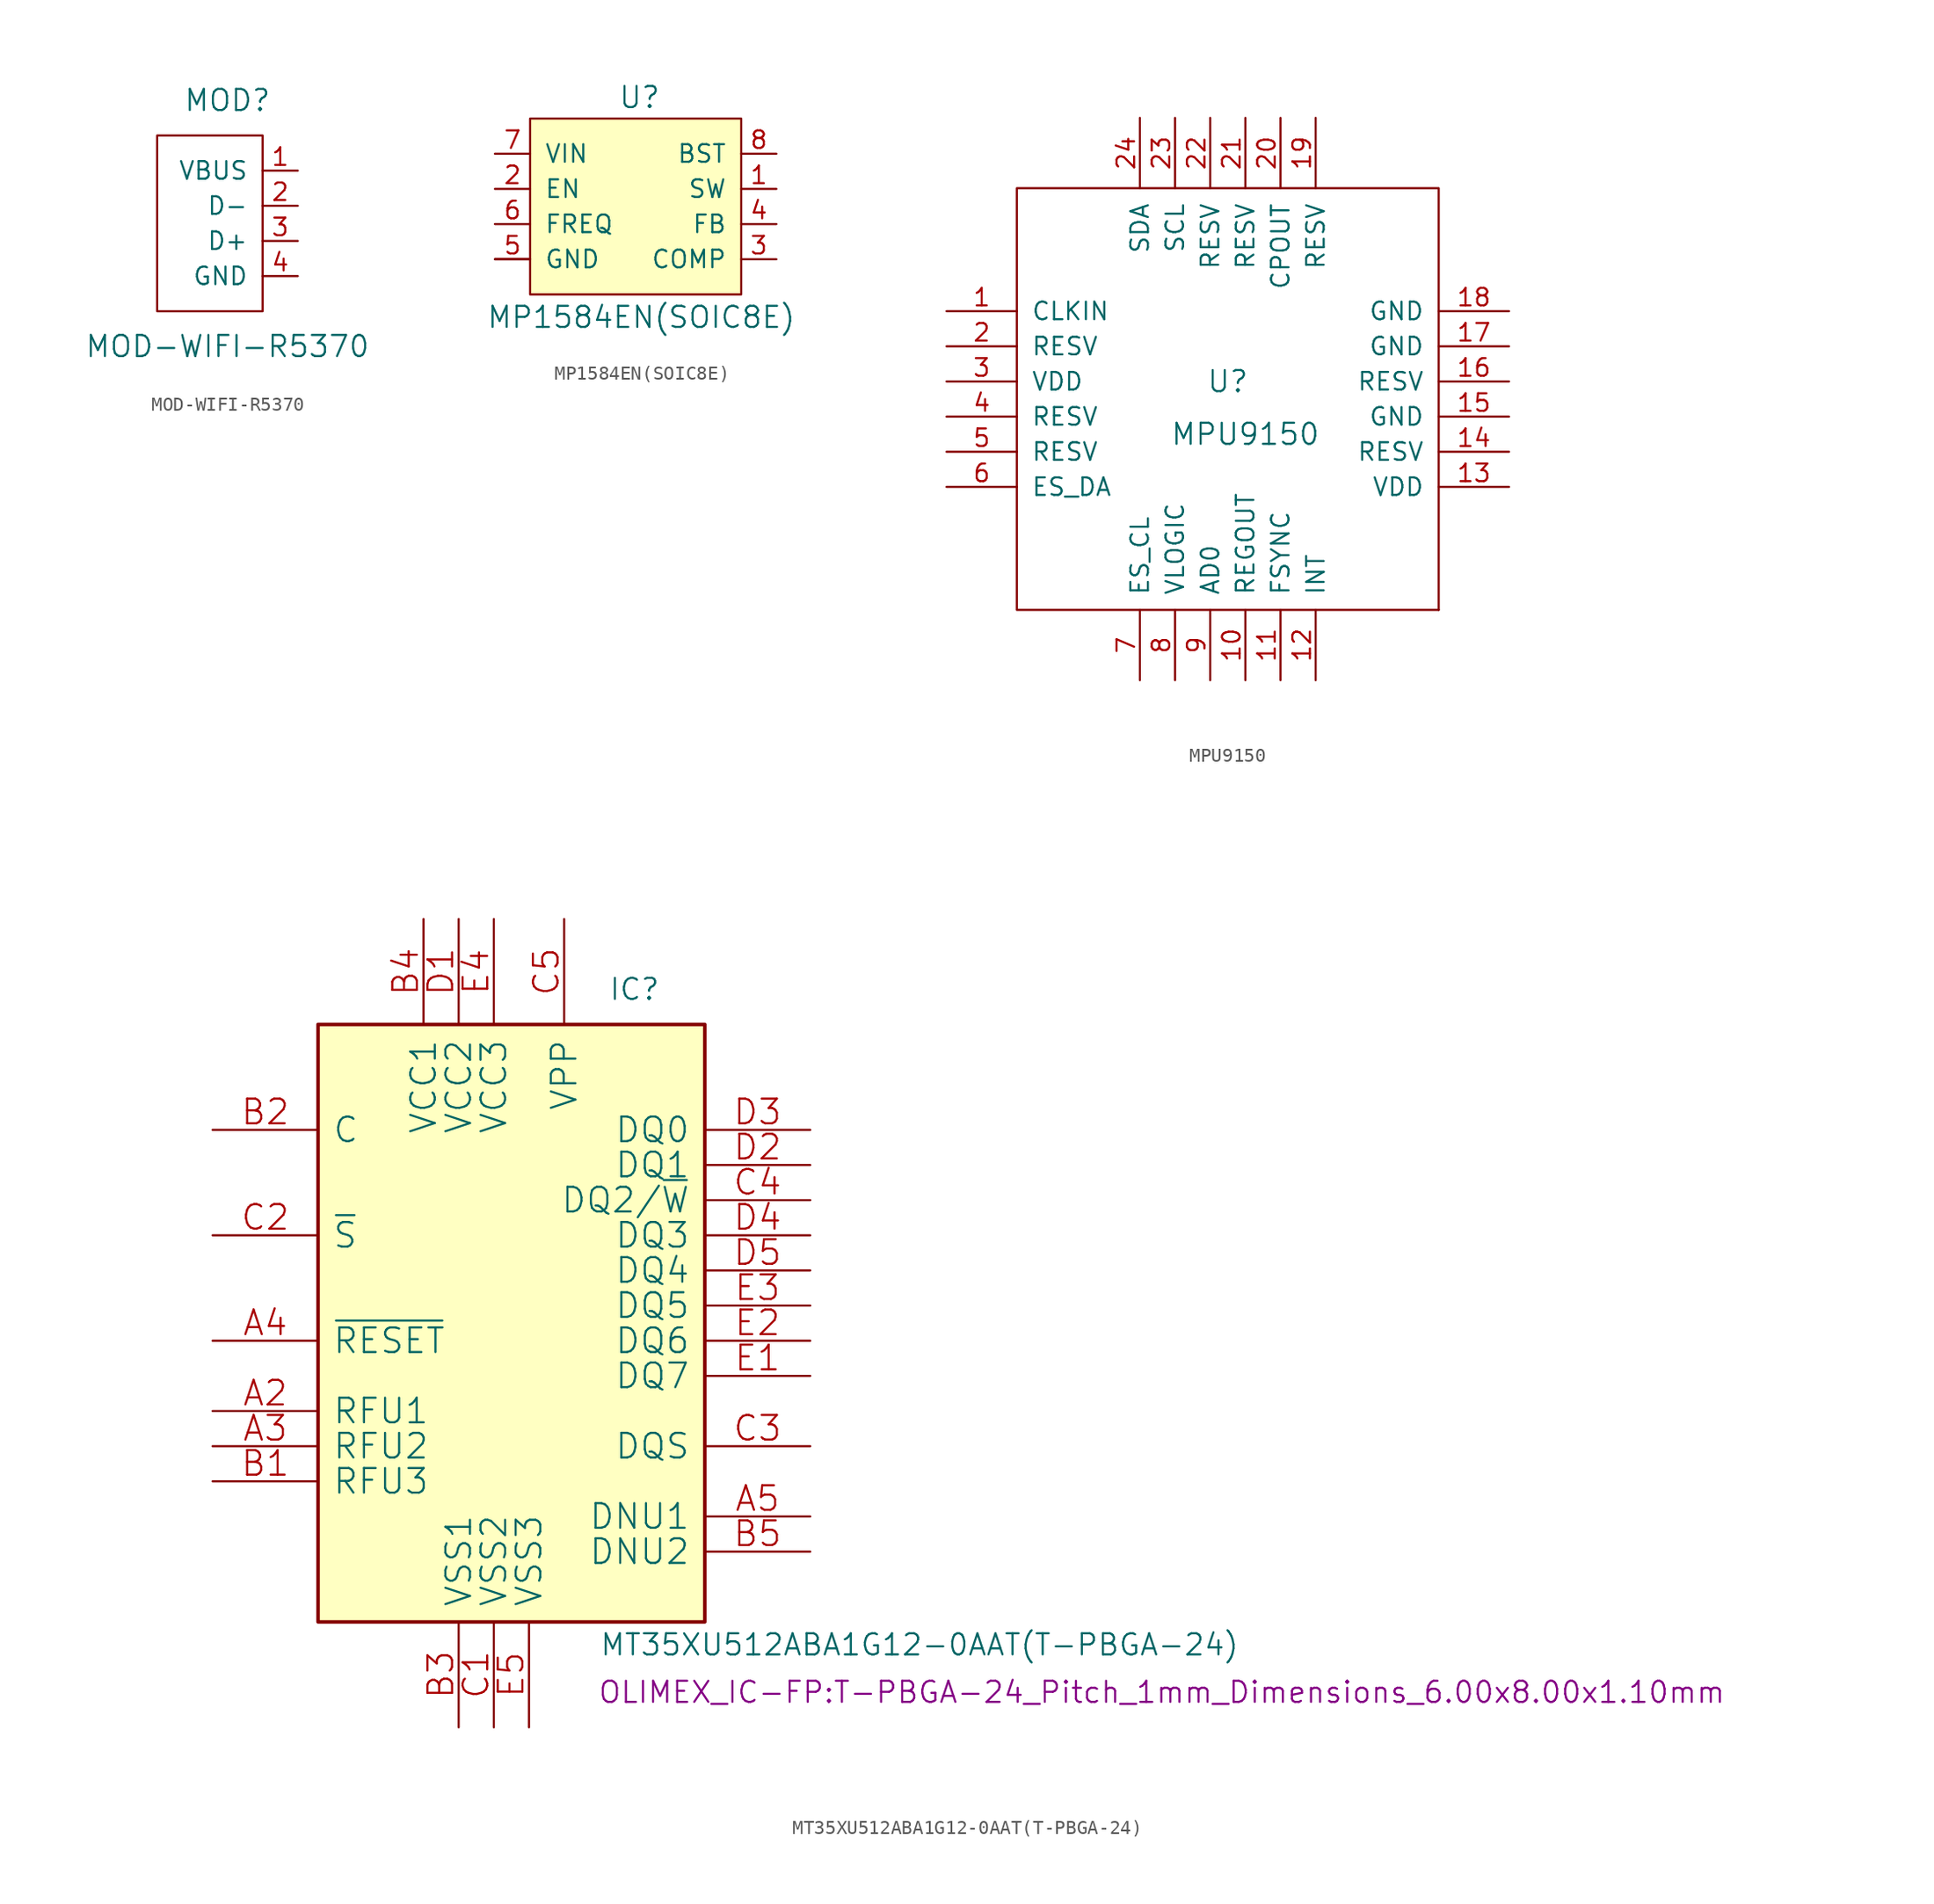
<source format=kicad_sym>
(kicad_symbol_lib
  (version 20220914)
  (generator kicad_symbol_editor)
  (symbol "MOD-WIFI-R5370"
    (pin_names
      (offset 1.016))
    (property "Reference" "MOD"
      (at 0 7.62 0)
      (effects (font (size 1.524 1.524))))
    (property "Value" "MOD-WIFI-R5370"
      (at 0 -10.16 0)
      (effects (font (size 1.524 1.524))))
    (symbol "MOD-WIFI-R5370_0_1"
      (rectangle (start 2.54 5.08) (end -5.08 -7.62) (stroke (width 0) (type solid)) (fill (type none))))
    (symbol "MOD-WIFI-R5370_1_1"
      (pin power_in line (at 5.08 2.54 180) (length 2.54) (name "VBUS" (effects (font (size 1.27 1.27)))) (number "1" (effects (font (size 1.27 1.27)))))
      (pin bidirectional line (at 5.08 0 180) (length 2.54) (name "D-" (effects (font (size 1.27 1.27)))) (number "2" (effects (font (size 1.27 1.27)))))
      (pin bidirectional line (at 5.08 -2.54 180) (length 2.54) (name "D+" (effects (font (size 1.27 1.27)))) (number "3" (effects (font (size 1.27 1.27)))))
      (pin power_in line (at 5.08 -5.08 180) (length 2.54) (name "GND" (effects (font (size 1.27 1.27)))) (number "4" (effects (font (size 1.27 1.27)))))))
  (symbol "MP1584EN(SOIC8E)"
    (pin_names
      (offset 1.016))
    (property "Reference" "U"
      (at -1.27 5.715 0)
      (effects (font (size 1.524 1.524)) (justify left bottom)))
    (property "Value" "MP1584EN(SOIC8E)"
      (at -10.795 -10.16 0)
      (effects (font (size 1.524 1.524)) (justify left bottom)))
    (symbol "MP1584EN(SOIC8E)_1_0"
      (pin output line (at 10.16 0 180) (length 2.54) (name "SW" (effects (font (size 1.27 1.27)))) (number "1" (effects (font (size 1.27 1.27)))))
      (pin input line (at -10.16 0 0) (length 2.54) (name "EN" (effects (font (size 1.27 1.27)))) (number "2" (effects (font (size 1.27 1.27)))))
      (pin output line (at 10.16 -5.08 180) (length 2.54) (name "COMP" (effects (font (size 1.27 1.27)))) (number "3" (effects (font (size 1.27 1.27)))))
      (pin input line (at 10.16 -2.54 180) (length 2.54) (name "FB" (effects (font (size 1.27 1.27)))) (number "4" (effects (font (size 1.27 1.27)))))
      (pin power_in line (at -10.16 -5.08 0) (length 2.54) (name "GND" (effects (font (size 1.27 1.27)))) (number "5" (effects (font (size 1.27 1.27)))))
      (pin input line (at -10.16 -2.54 0) (length 2.54) (name "FREQ" (effects (font (size 1.27 1.27)))) (number "6" (effects (font (size 1.27 1.27)))))
      (pin power_in line (at -10.16 2.54 0) (length 2.54) (name "VIN" (effects (font (size 1.27 1.27)))) (number "7" (effects (font (size 1.27 1.27)))))
      (pin passive line (at 10.16 2.54 180) (length 2.54) (name "BST" (effects (font (size 1.27 1.27)))) (number "8" (effects (font (size 1.27 1.27)))))
      (pin input line (at -10.16 -5.08 0) (length 2.54) (name "EP" (effects (font (size 0 0)))) (number "EP" (effects (font (size 0 0)))))
      (pin input line (at -10.16 -5.08 0) (length 2.54) (name "EP@1" (effects (font (size 0 0)))) (number "EP1" (effects (font (size 0 0))))))
    (symbol "MP1584EN(SOIC8E)_1_1"
      (rectangle (start -7.62 5.08) (end 7.62 -7.62) (stroke (width 0) (type solid)) (fill (type background)))))
  (symbol "MPU9150"
    (pin_names
      (offset 1.016))
    (property "Reference" "U"
      (at 0 1.27 0)
      (effects (font (size 1.524 1.524))))
    (property "Value" "MPU9150"
      (at 1.27 -2.54 0)
      (effects (font (size 1.524 1.524))))
    (property "Footprint" ""
      (at 0 0 0)
      (effects (font (size 1.524 1.524))))
    (property "Datasheet" ""
      (at 0 0 0)
      (effects (font (size 1.524 1.524))))
    (symbol "MPU9150_0_1"
      (rectangle (start -15.24 15.24) (end 15.24 -15.24) (stroke (width 0) (type solid)) (fill (type none)))
      (rectangle (start 15.24 -15.24) (end 15.24 -15.24) (stroke (width 0) (type solid)) (fill (type none))))
    (symbol "MPU9150_1_1"
      (pin input line (at -20.32 6.35 0) (length 5.08) (name "CLKIN" (effects (font (size 1.27 1.27)))) (number "1" (effects (font (size 1.27 1.27)))))
      (pin bidirectional line (at 1.27 -20.32 90) (length 5.08) (name "REGOUT" (effects (font (size 1.27 1.27)))) (number "10" (effects (font (size 1.27 1.27)))))
      (pin input line (at 3.81 -20.32 90) (length 5.08) (name "FSYNC" (effects (font (size 1.27 1.27)))) (number "11" (effects (font (size 1.27 1.27)))))
      (pin input line (at 6.35 -20.32 90) (length 5.08) (name "INT" (effects (font (size 1.27 1.27)))) (number "12" (effects (font (size 1.27 1.27)))))
      (pin power_in line (at 20.32 -6.35 180) (length 5.08) (name "VDD" (effects (font (size 1.27 1.27)))) (number "13" (effects (font (size 1.27 1.27)))))
      (pin passive line (at 20.32 -3.81 180) (length 5.08) (name "RESV" (effects (font (size 1.27 1.27)))) (number "14" (effects (font (size 1.27 1.27)))))
      (pin power_in line (at 20.32 -1.27 180) (length 5.08) (name "GND" (effects (font (size 1.27 1.27)))) (number "15" (effects (font (size 1.27 1.27)))))
      (pin passive line (at 20.32 1.27 180) (length 5.08) (name "RESV" (effects (font (size 1.27 1.27)))) (number "16" (effects (font (size 1.27 1.27)))))
      (pin power_in line (at 20.32 3.81 180) (length 5.08) (name "GND" (effects (font (size 1.27 1.27)))) (number "17" (effects (font (size 1.27 1.27)))))
      (pin power_in line (at 20.32 6.35 180) (length 5.08) (name "GND" (effects (font (size 1.27 1.27)))) (number "18" (effects (font (size 1.27 1.27)))))
      (pin passive line (at 6.35 20.32 270) (length 5.08) (name "RESV" (effects (font (size 1.27 1.27)))) (number "19" (effects (font (size 1.27 1.27)))))
      (pin passive line (at -20.32 3.81 0) (length 5.08) (name "RESV" (effects (font (size 1.27 1.27)))) (number "2" (effects (font (size 1.27 1.27)))))
      (pin bidirectional line (at 3.81 20.32 270) (length 5.08) (name "CPOUT" (effects (font (size 1.27 1.27)))) (number "20" (effects (font (size 1.27 1.27)))))
      (pin passive line (at 1.27 20.32 270) (length 5.08) (name "RESV" (effects (font (size 1.27 1.27)))) (number "21" (effects (font (size 1.27 1.27)))))
      (pin passive line (at -1.27 20.32 270) (length 5.08) (name "RESV" (effects (font (size 1.27 1.27)))) (number "22" (effects (font (size 1.27 1.27)))))
      (pin input line (at -3.81 20.32 270) (length 5.08) (name "SCL" (effects (font (size 1.27 1.27)))) (number "23" (effects (font (size 1.27 1.27)))))
      (pin bidirectional line (at -6.35 20.32 270) (length 5.08) (name "SDA" (effects (font (size 1.27 1.27)))) (number "24" (effects (font (size 1.27 1.27)))))
      (pin power_in line (at -20.32 1.27 0) (length 5.08) (name "VDD" (effects (font (size 1.27 1.27)))) (number "3" (effects (font (size 1.27 1.27)))))
      (pin passive line (at -20.32 -1.27 0) (length 5.08) (name "RESV" (effects (font (size 1.27 1.27)))) (number "4" (effects (font (size 1.27 1.27)))))
      (pin passive line (at -20.32 -3.81 0) (length 5.08) (name "RESV" (effects (font (size 1.27 1.27)))) (number "5" (effects (font (size 1.27 1.27)))))
      (pin bidirectional line (at -20.32 -6.35 0) (length 5.08) (name "ES_DA" (effects (font (size 1.27 1.27)))) (number "6" (effects (font (size 1.27 1.27)))))
      (pin input line (at -6.35 -20.32 90) (length 5.08) (name "ES_CL" (effects (font (size 1.27 1.27)))) (number "7" (effects (font (size 1.27 1.27)))))
      (pin power_in line (at -3.81 -20.32 90) (length 5.08) (name "VLOGIC" (effects (font (size 1.27 1.27)))) (number "8" (effects (font (size 1.27 1.27)))))
      (pin input line (at -1.27 -20.32 90) (length 5.08) (name "AD0" (effects (font (size 1.27 1.27)))) (number "9" (effects (font (size 1.27 1.27)))))))
  (symbol "MT35XU512ABA1G12-0AAT(T-PBGA-24)"
    (pin_names
      (offset 1.016))
    (property "Reference" "IC"
      (at 22.86 2.54 0)
      (effects (font (size 1.524 1.524))))
    (property "Value" "MT35XU512ABA1G12-0AAT(T-PBGA-24)"
      (at 20.32 -45.72 0)
      (effects (font (size 1.524 1.524)) (justify left bottom)))
    (property "Footprint" "OLIMEX_IC-FP:T-PBGA-24_Pitch_1mm_Dimensions_6.00x8.00x1.10mm"
      (at 60.96 -48.26 0)
      (effects (font (size 1.524 1.524))))
    (property "Datasheet" ""
      (at 0 0 0)
      (effects (font (size 1.524 1.524))))
    (symbol "MT35XU512ABA1G12-0AAT(T-PBGA-24)_0_1"
      (rectangle (start 0 -43.18) (end 27.94 0) (stroke (width 0.254) (type solid)) (fill (type background)))
      (pin passive line (at -7.62 -27.94 0) (length 7.62) (name "RFU1" (effects (font (size 1.778 1.778)))) (number "A2" (effects (font (size 1.778 1.778)))))
      (pin passive line (at -7.62 -30.48 0) (length 7.62) (name "RFU2" (effects (font (size 1.778 1.778)))) (number "A3" (effects (font (size 1.778 1.778)))))
      (pin input line (at -7.62 -22.86 0) (length 7.62) (name "~{RESET}" (effects (font (size 1.778 1.778)))) (number "A4" (effects (font (size 1.778 1.778)))))
      (pin passive line (at 35.56 -35.56 180) (length 7.62) (name "DNU1" (effects (font (size 1.778 1.778)))) (number "A5" (effects (font (size 1.778 1.778)))))
      (pin passive line (at -7.62 -33.02 0) (length 7.62) (name "RFU3" (effects (font (size 1.778 1.778)))) (number "B1" (effects (font (size 1.778 1.778)))))
      (pin input line (at -7.62 -7.62 0) (length 7.62) (name "C" (effects (font (size 1.778 1.778)))) (number "B2" (effects (font (size 1.778 1.778)))))
      (pin power_in line (at 10.16 -50.8 90) (length 7.62) (name "VSS1" (effects (font (size 1.778 1.778)))) (number "B3" (effects (font (size 1.778 1.778)))))
      (pin power_in line (at 7.62 7.62 270) (length 7.62) (name "VCC1" (effects (font (size 1.778 1.778)))) (number "B4" (effects (font (size 1.778 1.778)))))
      (pin passive line (at 35.56 -38.1 180) (length 7.62) (name "DNU2" (effects (font (size 1.778 1.778)))) (number "B5" (effects (font (size 1.778 1.778)))))
      (pin power_in line (at 12.7 -50.8 90) (length 7.62) (name "VSS2" (effects (font (size 1.778 1.778)))) (number "C1" (effects (font (size 1.778 1.778)))))
      (pin input line (at -7.62 -15.24 0) (length 7.62) (name "~{S}" (effects (font (size 1.778 1.778)))) (number "C2" (effects (font (size 1.778 1.778)))))
      (pin bidirectional line (at 35.56 -30.48 180) (length 7.62) (name "DQS" (effects (font (size 1.778 1.778)))) (number "C3" (effects (font (size 1.778 1.778)))))
      (pin bidirectional line (at 35.56 -12.7 180) (length 7.62) (name "DQ2/~{W}" (effects (font (size 1.778 1.778)))) (number "C4" (effects (font (size 1.778 1.778)))))
      (pin power_in line (at 17.78 7.62 270) (length 7.62) (name "VPP" (effects (font (size 1.778 1.778)))) (number "C5" (effects (font (size 1.778 1.778)))))
      (pin power_in line (at 10.16 7.62 270) (length 7.62) (name "VCC2" (effects (font (size 1.778 1.778)))) (number "D1" (effects (font (size 1.778 1.778)))))
      (pin bidirectional line (at 35.56 -10.16 180) (length 7.62) (name "DQ1" (effects (font (size 1.778 1.778)))) (number "D2" (effects (font (size 1.778 1.778)))))
      (pin bidirectional line (at 35.56 -7.62 180) (length 7.62) (name "DQ0" (effects (font (size 1.778 1.778)))) (number "D3" (effects (font (size 1.778 1.778)))))
      (pin bidirectional line (at 35.56 -15.24 180) (length 7.62) (name "DQ3" (effects (font (size 1.778 1.778)))) (number "D4" (effects (font (size 1.778 1.778)))))
      (pin bidirectional line (at 35.56 -17.78 180) (length 7.62) (name "DQ4" (effects (font (size 1.778 1.778)))) (number "D5" (effects (font (size 1.778 1.778)))))
      (pin bidirectional line (at 35.56 -25.4 180) (length 7.62) (name "DQ7" (effects (font (size 1.778 1.778)))) (number "E1" (effects (font (size 1.778 1.778)))))
      (pin bidirectional line (at 35.56 -22.86 180) (length 7.62) (name "DQ6" (effects (font (size 1.778 1.778)))) (number "E2" (effects (font (size 1.778 1.778)))))
      (pin bidirectional line (at 35.56 -20.32 180) (length 7.62) (name "DQ5" (effects (font (size 1.778 1.778)))) (number "E3" (effects (font (size 1.778 1.778)))))
      (pin power_in line (at 12.7 7.62 270) (length 7.62) (name "VCC3" (effects (font (size 1.778 1.778)))) (number "E4" (effects (font (size 1.778 1.778)))))
      (pin power_in line (at 15.24 -50.8 90) (length 7.62) (name "VSS3" (effects (font (size 1.778 1.778)))) (number "E5" (effects (font (size 1.778 1.778))))))))
</source>
